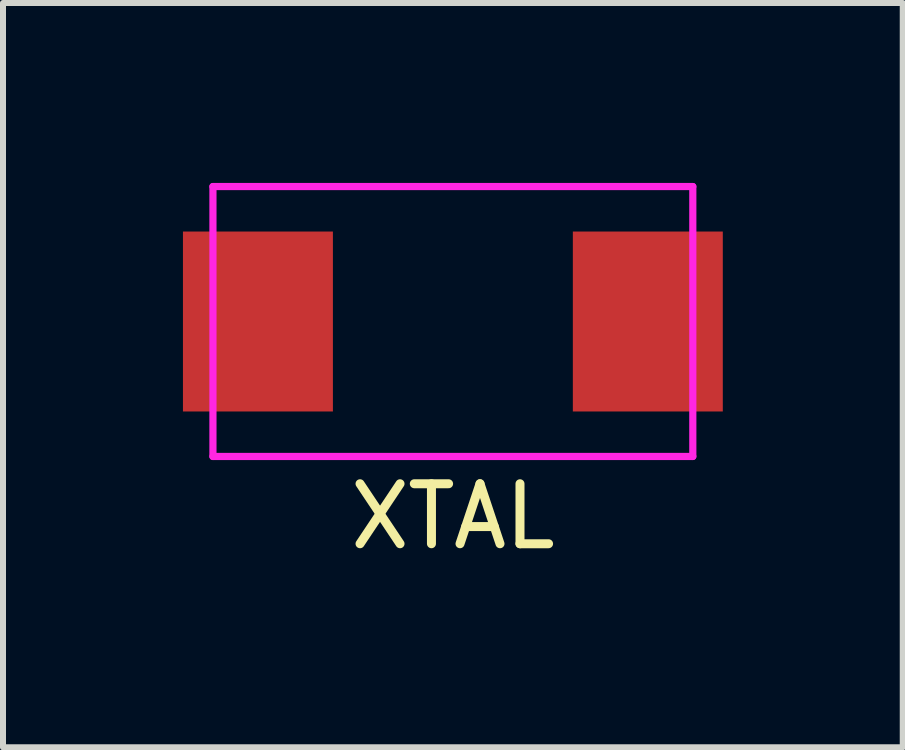
<source format=kicad_pcb>
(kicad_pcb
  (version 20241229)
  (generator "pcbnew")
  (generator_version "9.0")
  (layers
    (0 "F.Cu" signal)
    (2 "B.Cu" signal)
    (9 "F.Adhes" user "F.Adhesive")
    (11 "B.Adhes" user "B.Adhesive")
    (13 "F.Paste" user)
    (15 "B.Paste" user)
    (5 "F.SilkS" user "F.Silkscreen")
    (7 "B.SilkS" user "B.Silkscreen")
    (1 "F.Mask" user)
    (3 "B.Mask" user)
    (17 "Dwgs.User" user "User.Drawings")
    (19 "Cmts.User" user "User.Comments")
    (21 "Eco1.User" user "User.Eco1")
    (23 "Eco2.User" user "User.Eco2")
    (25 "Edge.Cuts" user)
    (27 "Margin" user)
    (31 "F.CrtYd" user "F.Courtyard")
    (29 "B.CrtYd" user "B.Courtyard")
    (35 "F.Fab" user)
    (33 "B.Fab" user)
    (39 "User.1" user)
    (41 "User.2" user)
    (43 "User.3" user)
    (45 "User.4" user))
  (footprint "XTAL"
    (layer "F.Cu")
    (at 4.25 2.56)
    (property "Reference" "XTAL" (at 0.25 3 0) (layer "F.SilkS") (effects (font (size 1 1) (thickness 0.15))))
    (attr through_hole)
    (fp_line (start -3.75 -2.5) (end 4.25 -2.5) (stroke (width 0.12) (type solid)) (layer "F.CrtYd"))
    (fp_line (start -3.75 2) (end -3.75 -2.5) (stroke (width 0.12) (type solid)) (layer "F.CrtYd"))
    (fp_line (start -3.75 2) (end 4.25 2) (stroke (width 0.12) (type solid)) (layer "F.CrtYd"))
    (fp_line (start 4.25 -2.5) (end 4.25 2) (stroke (width 0.12) (type solid)) (layer "F.CrtYd"))
    (pad "1" smd rect (at -3 -0.25) (size 2.5 3) (layers "F.Cu" "F.Mask" "F.Paste"))
    (pad "2" smd rect (at 3.5 -0.25) (size 2.5 3) (layers "F.Cu" "F.Mask" "F.Paste")))
  (gr_rect
    (start -3 -3)
    (end 12 9.408)
    (stroke (width 0.1) (type default))
    (fill no)
    (layer "Edge.Cuts")))
</source>
